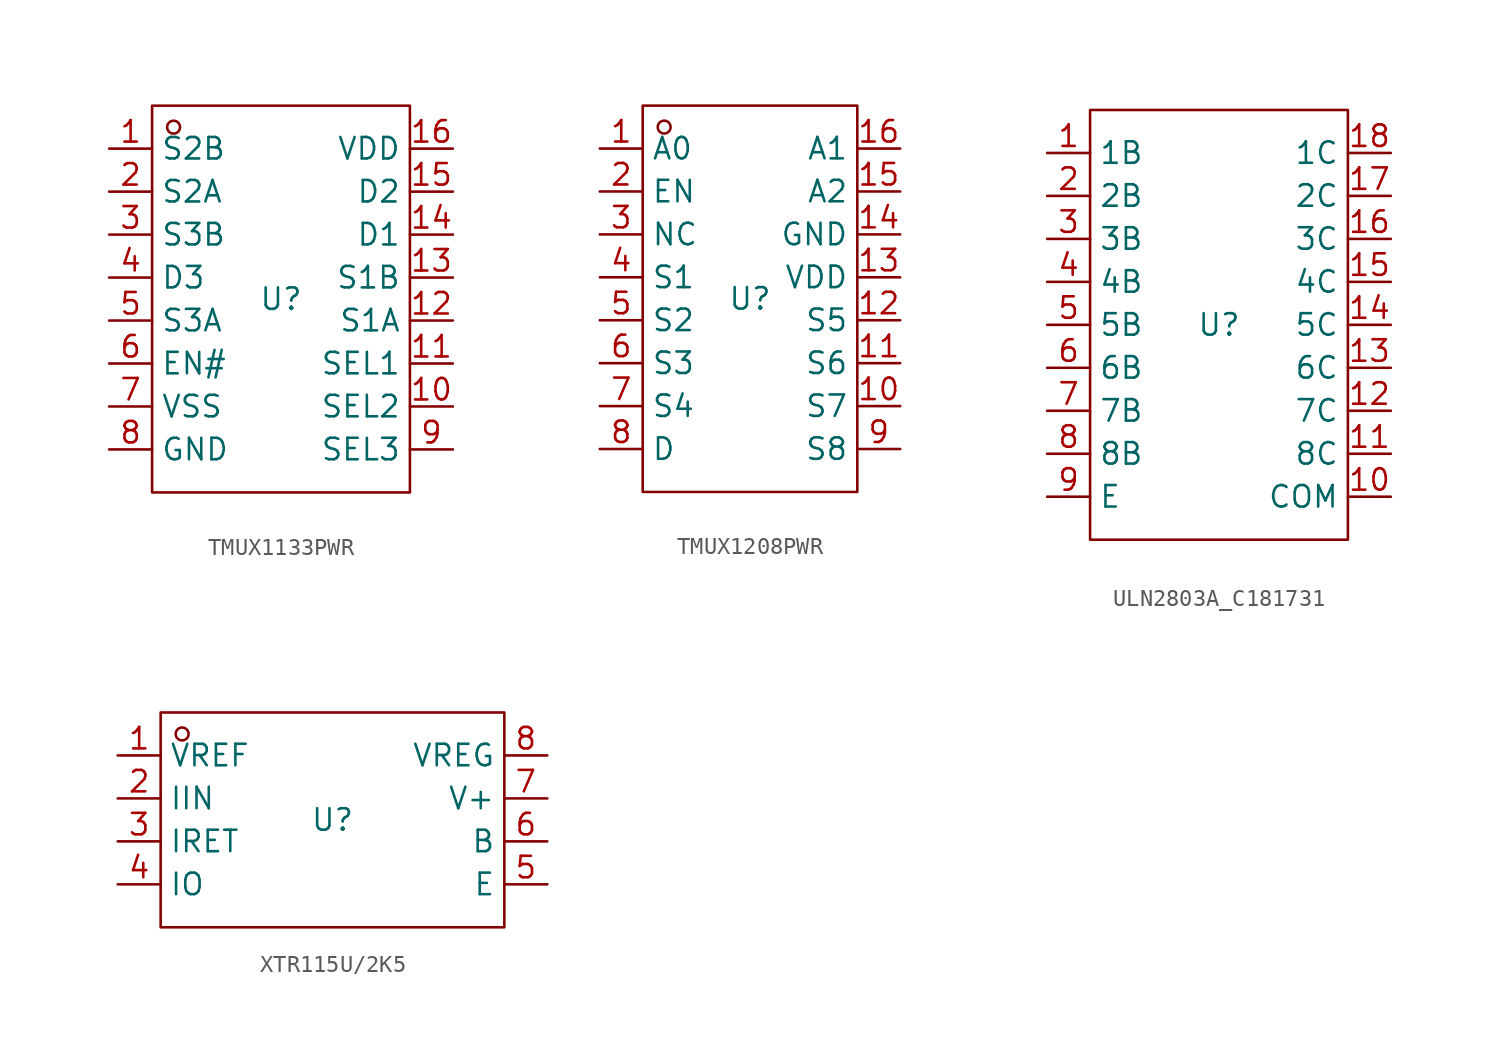
<source format=kicad_sym>
(kicad_symbol_lib
  (version 20241209)
  (generator "kicad_symbol_editor")
  (generator_version "9.0")
  (symbol "TMUX1133PWR"
    (property "Reference" "U"
      (at 0 0 0)
      (effects (font (size 1.27 1.27))))
    (property "Value" ""
      (at 0 0 0)
      (effects (font (size 1.27 1.27))))
    (symbol "TMUX1133PWR_1_0"
      (rectangle (start -7.62 -11.43) (end 7.62 11.43) (stroke (width 0) (type default)) (fill (type none)))
      (circle (center -6.35 10.16) (radius 0.381) (stroke (width 0) (type default)) (fill (type none)))
      (pin unspecified line (at -10.16 8.89 0) (length 2.54) (name "S2B" (effects (font (size 1.27 1.27)))) (number "1" (effects (font (size 1.27 1.27)))))
      (pin unspecified line (at -10.16 6.35 0) (length 2.54) (name "S2A" (effects (font (size 1.27 1.27)))) (number "2" (effects (font (size 1.27 1.27)))))
      (pin unspecified line (at -10.16 3.81 0) (length 2.54) (name "S3B" (effects (font (size 1.27 1.27)))) (number "3" (effects (font (size 1.27 1.27)))))
      (pin unspecified line (at -10.16 1.27 0) (length 2.54) (name "D3" (effects (font (size 1.27 1.27)))) (number "4" (effects (font (size 1.27 1.27)))))
      (pin unspecified line (at -10.16 -1.27 0) (length 2.54) (name "S3A" (effects (font (size 1.27 1.27)))) (number "5" (effects (font (size 1.27 1.27)))))
      (pin unspecified line (at -10.16 -3.81 0) (length 2.54) (name "EN#" (effects (font (size 1.27 1.27)))) (number "6" (effects (font (size 1.27 1.27)))))
      (pin unspecified line (at -10.16 -6.35 0) (length 2.54) (name "VSS" (effects (font (size 1.27 1.27)))) (number "7" (effects (font (size 1.27 1.27)))))
      (pin unspecified line (at -10.16 -8.89 0) (length 2.54) (name "GND" (effects (font (size 1.27 1.27)))) (number "8" (effects (font (size 1.27 1.27)))))
      (pin unspecified line (at 10.16 8.89 180) (length 2.54) (name "VDD" (effects (font (size 1.27 1.27)))) (number "16" (effects (font (size 1.27 1.27)))))
      (pin unspecified line (at 10.16 6.35 180) (length 2.54) (name "D2" (effects (font (size 1.27 1.27)))) (number "15" (effects (font (size 1.27 1.27)))))
      (pin unspecified line (at 10.16 3.81 180) (length 2.54) (name "D1" (effects (font (size 1.27 1.27)))) (number "14" (effects (font (size 1.27 1.27)))))
      (pin unspecified line (at 10.16 1.27 180) (length 2.54) (name "S1B" (effects (font (size 1.27 1.27)))) (number "13" (effects (font (size 1.27 1.27)))))
      (pin unspecified line (at 10.16 -1.27 180) (length 2.54) (name "S1A" (effects (font (size 1.27 1.27)))) (number "12" (effects (font (size 1.27 1.27)))))
      (pin unspecified line (at 10.16 -3.81 180) (length 2.54) (name "SEL1" (effects (font (size 1.27 1.27)))) (number "11" (effects (font (size 1.27 1.27)))))
      (pin unspecified line (at 10.16 -6.35 180) (length 2.54) (name "SEL2" (effects (font (size 1.27 1.27)))) (number "10" (effects (font (size 1.27 1.27)))))
      (pin unspecified line (at 10.16 -8.89 180) (length 2.54) (name "SEL3" (effects (font (size 1.27 1.27)))) (number "9" (effects (font (size 1.27 1.27)))))))
  (symbol "TMUX1208PWR"
    (property "Reference" "U"
      (at 0 0 0)
      (effects (font (size 1.27 1.27))))
    (property "Value" ""
      (at 0 0 0)
      (effects (font (size 1.27 1.27))))
    (symbol "TMUX1208PWR_1_0"
      (rectangle (start -6.35 -11.43) (end 6.35 11.43) (stroke (width 0) (type default)) (fill (type none)))
      (circle (center -5.08 10.16) (radius 0.381) (stroke (width 0) (type default)) (fill (type none)))
      (pin unspecified line (at -8.89 8.89 0) (length 2.54) (name "A0" (effects (font (size 1.27 1.27)))) (number "1" (effects (font (size 1.27 1.27)))))
      (pin unspecified line (at -8.89 6.35 0) (length 2.54) (name "EN" (effects (font (size 1.27 1.27)))) (number "2" (effects (font (size 1.27 1.27)))))
      (pin unspecified line (at -8.89 3.81 0) (length 2.54) (name "NC" (effects (font (size 1.27 1.27)))) (number "3" (effects (font (size 1.27 1.27)))))
      (pin unspecified line (at -8.89 1.27 0) (length 2.54) (name "S1" (effects (font (size 1.27 1.27)))) (number "4" (effects (font (size 1.27 1.27)))))
      (pin unspecified line (at -8.89 -1.27 0) (length 2.54) (name "S2" (effects (font (size 1.27 1.27)))) (number "5" (effects (font (size 1.27 1.27)))))
      (pin unspecified line (at -8.89 -3.81 0) (length 2.54) (name "S3" (effects (font (size 1.27 1.27)))) (number "6" (effects (font (size 1.27 1.27)))))
      (pin unspecified line (at -8.89 -6.35 0) (length 2.54) (name "S4" (effects (font (size 1.27 1.27)))) (number "7" (effects (font (size 1.27 1.27)))))
      (pin unspecified line (at -8.89 -8.89 0) (length 2.54) (name "D" (effects (font (size 1.27 1.27)))) (number "8" (effects (font (size 1.27 1.27)))))
      (pin unspecified line (at 8.89 8.89 180) (length 2.54) (name "A1" (effects (font (size 1.27 1.27)))) (number "16" (effects (font (size 1.27 1.27)))))
      (pin unspecified line (at 8.89 6.35 180) (length 2.54) (name "A2" (effects (font (size 1.27 1.27)))) (number "15" (effects (font (size 1.27 1.27)))))
      (pin unspecified line (at 8.89 3.81 180) (length 2.54) (name "GND" (effects (font (size 1.27 1.27)))) (number "14" (effects (font (size 1.27 1.27)))))
      (pin unspecified line (at 8.89 1.27 180) (length 2.54) (name "VDD" (effects (font (size 1.27 1.27)))) (number "13" (effects (font (size 1.27 1.27)))))
      (pin unspecified line (at 8.89 -1.27 180) (length 2.54) (name "S5" (effects (font (size 1.27 1.27)))) (number "12" (effects (font (size 1.27 1.27)))))
      (pin unspecified line (at 8.89 -3.81 180) (length 2.54) (name "S6" (effects (font (size 1.27 1.27)))) (number "11" (effects (font (size 1.27 1.27)))))
      (pin unspecified line (at 8.89 -6.35 180) (length 2.54) (name "S7" (effects (font (size 1.27 1.27)))) (number "10" (effects (font (size 1.27 1.27)))))
      (pin unspecified line (at 8.89 -8.89 180) (length 2.54) (name "S8" (effects (font (size 1.27 1.27)))) (number "9" (effects (font (size 1.27 1.27)))))))
  (symbol "ULN2803A_C181731"
    (property "Reference" "U"
      (at 0 0 0)
      (effects (font (size 1.27 1.27))))
    (property "Value" ""
      (at 0 0 0)
      (effects (font (size 1.27 1.27))))
    (symbol "ULN2803A_C181731_1_0"
      (rectangle (start -7.62 12.7) (end 7.62 -12.7) (stroke (width 0) (type default)) (fill (type none)))
      (pin unspecified line (at -10.16 10.16 0) (length 2.54) (name "1B" (effects (font (size 1.27 1.27)))) (number "1" (effects (font (size 1.27 1.27)))))
      (pin unspecified line (at -10.16 7.62 0) (length 2.54) (name "2B" (effects (font (size 1.27 1.27)))) (number "2" (effects (font (size 1.27 1.27)))))
      (pin unspecified line (at -10.16 5.08 0) (length 2.54) (name "3B" (effects (font (size 1.27 1.27)))) (number "3" (effects (font (size 1.27 1.27)))))
      (pin unspecified line (at -10.16 2.54 0) (length 2.54) (name "4B" (effects (font (size 1.27 1.27)))) (number "4" (effects (font (size 1.27 1.27)))))
      (pin unspecified line (at -10.16 0 0) (length 2.54) (name "5B" (effects (font (size 1.27 1.27)))) (number "5" (effects (font (size 1.27 1.27)))))
      (pin unspecified line (at -10.16 -2.54 0) (length 2.54) (name "6B" (effects (font (size 1.27 1.27)))) (number "6" (effects (font (size 1.27 1.27)))))
      (pin unspecified line (at -10.16 -5.08 0) (length 2.54) (name "7B" (effects (font (size 1.27 1.27)))) (number "7" (effects (font (size 1.27 1.27)))))
      (pin unspecified line (at -10.16 -7.62 0) (length 2.54) (name "8B" (effects (font (size 1.27 1.27)))) (number "8" (effects (font (size 1.27 1.27)))))
      (pin unspecified line (at -10.16 -10.16 0) (length 2.54) (name "E" (effects (font (size 1.27 1.27)))) (number "9" (effects (font (size 1.27 1.27)))))
      (pin unspecified line (at 10.16 10.16 180) (length 2.54) (name "1C" (effects (font (size 1.27 1.27)))) (number "18" (effects (font (size 1.27 1.27)))))
      (pin unspecified line (at 10.16 7.62 180) (length 2.54) (name "2C" (effects (font (size 1.27 1.27)))) (number "17" (effects (font (size 1.27 1.27)))))
      (pin unspecified line (at 10.16 5.08 180) (length 2.54) (name "3C" (effects (font (size 1.27 1.27)))) (number "16" (effects (font (size 1.27 1.27)))))
      (pin unspecified line (at 10.16 2.54 180) (length 2.54) (name "4C" (effects (font (size 1.27 1.27)))) (number "15" (effects (font (size 1.27 1.27)))))
      (pin unspecified line (at 10.16 0 180) (length 2.54) (name "5C" (effects (font (size 1.27 1.27)))) (number "14" (effects (font (size 1.27 1.27)))))
      (pin unspecified line (at 10.16 -2.54 180) (length 2.54) (name "6C" (effects (font (size 1.27 1.27)))) (number "13" (effects (font (size 1.27 1.27)))))
      (pin unspecified line (at 10.16 -5.08 180) (length 2.54) (name "7C" (effects (font (size 1.27 1.27)))) (number "12" (effects (font (size 1.27 1.27)))))
      (pin unspecified line (at 10.16 -7.62 180) (length 2.54) (name "8C" (effects (font (size 1.27 1.27)))) (number "11" (effects (font (size 1.27 1.27)))))
      (pin unspecified line (at 10.16 -10.16 180) (length 2.54) (name "COM" (effects (font (size 1.27 1.27)))) (number "10" (effects (font (size 1.27 1.27)))))))
  (symbol "XTR115U/2K5"
    (property "Reference" "U"
      (at 0 0 0)
      (effects (font (size 1.27 1.27))))
    (property "Value" ""
      (at 0 0 0)
      (effects (font (size 1.27 1.27))))
    (symbol "XTR115U/2K5_1_0"
      (rectangle (start -10.16 -6.35) (end 10.16 6.35) (stroke (width 0) (type default)) (fill (type none)))
      (circle (center -8.89 5.08) (radius 0.381) (stroke (width 0) (type default)) (fill (type none)))
      (pin unspecified line (at -12.7 3.81 0) (length 2.54) (name "VREF" (effects (font (size 1.27 1.27)))) (number "1" (effects (font (size 1.27 1.27)))))
      (pin unspecified line (at -12.7 1.27 0) (length 2.54) (name "IIN" (effects (font (size 1.27 1.27)))) (number "2" (effects (font (size 1.27 1.27)))))
      (pin unspecified line (at -12.7 -1.27 0) (length 2.54) (name "IRET" (effects (font (size 1.27 1.27)))) (number "3" (effects (font (size 1.27 1.27)))))
      (pin unspecified line (at -12.7 -3.81 0) (length 2.54) (name "IO" (effects (font (size 1.27 1.27)))) (number "4" (effects (font (size 1.27 1.27)))))
      (pin unspecified line (at 12.7 3.81 180) (length 2.54) (name "VREG" (effects (font (size 1.27 1.27)))) (number "8" (effects (font (size 1.27 1.27)))))
      (pin unspecified line (at 12.7 1.27 180) (length 2.54) (name "V+" (effects (font (size 1.27 1.27)))) (number "7" (effects (font (size 1.27 1.27)))))
      (pin unspecified line (at 12.7 -1.27 180) (length 2.54) (name "B" (effects (font (size 1.27 1.27)))) (number "6" (effects (font (size 1.27 1.27)))))
      (pin unspecified line (at 12.7 -3.81 180) (length 2.54) (name "E" (effects (font (size 1.27 1.27)))) (number "5" (effects (font (size 1.27 1.27))))))))
</source>
